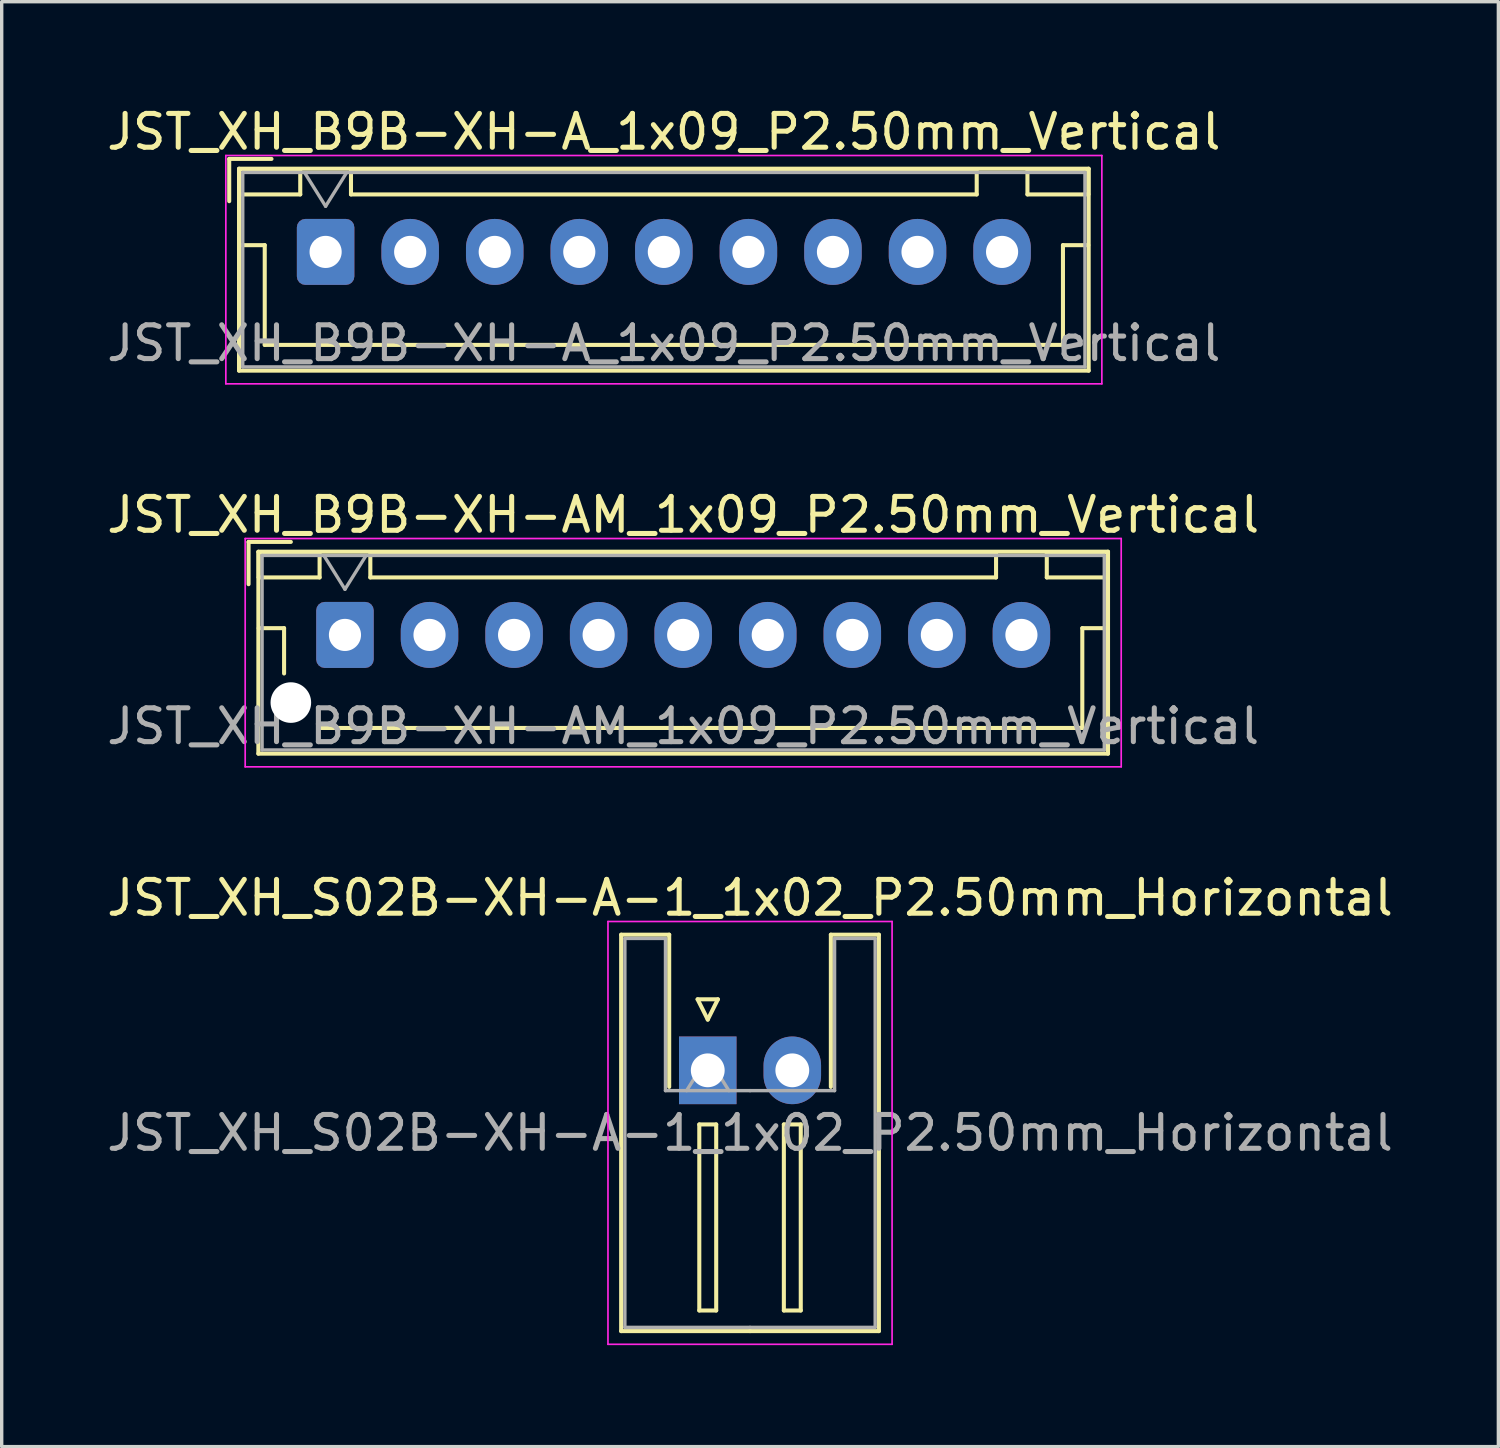
<source format=kicad_pcb>
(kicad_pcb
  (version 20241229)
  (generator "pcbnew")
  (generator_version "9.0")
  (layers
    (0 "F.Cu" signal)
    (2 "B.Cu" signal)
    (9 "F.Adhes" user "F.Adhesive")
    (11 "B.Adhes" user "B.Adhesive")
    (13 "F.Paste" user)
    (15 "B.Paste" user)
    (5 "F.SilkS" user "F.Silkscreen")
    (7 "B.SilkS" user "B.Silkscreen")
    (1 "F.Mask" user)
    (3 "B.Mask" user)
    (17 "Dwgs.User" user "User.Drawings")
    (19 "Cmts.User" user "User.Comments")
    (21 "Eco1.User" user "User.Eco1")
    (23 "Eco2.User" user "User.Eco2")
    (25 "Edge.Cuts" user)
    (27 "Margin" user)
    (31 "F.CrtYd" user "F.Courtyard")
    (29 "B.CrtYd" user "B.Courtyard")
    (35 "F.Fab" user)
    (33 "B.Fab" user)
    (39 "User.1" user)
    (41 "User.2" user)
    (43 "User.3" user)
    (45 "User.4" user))
  (footprint "JST_XH_S02B-XH-A-1_1x02_P2.50mm_Horizontal"
    (layer "F.Cu")
    (at 17.875 28.595)
    (property "Reference" "JST_XH_S02B-XH-A-1_1x02_P2.50mm_Horizontal" (at 1.25 -5.1 0) (layer "F.SilkS") (effects (font (size 1 1) (thickness 0.15))))
    (attr through_hole)
    (fp_line (start -2.56 -4.01) (end -1.14 -4.01) (stroke (width 0.12) (type solid)) (layer "F.SilkS"))
    (fp_line (start -2.56 7.71) (end -2.56 -4.01) (stroke (width 0.12) (type solid)) (layer "F.SilkS"))
    (fp_line (start -1.14 -4.01) (end -1.14 0.49) (stroke (width 0.12) (type solid)) (layer "F.SilkS"))
    (fp_line (start -0.3 -2.1) (end 0.3 -2.1) (stroke (width 0.12) (type solid)) (layer "F.SilkS"))
    (fp_line (start -0.25 1.6) (end -0.25 7.1) (stroke (width 0.12) (type solid)) (layer "F.SilkS"))
    (fp_line (start -0.25 7.1) (end 0.25 7.1) (stroke (width 0.12) (type solid)) (layer "F.SilkS"))
    (fp_line (start 0 -1.5) (end -0.3 -2.1) (stroke (width 0.12) (type solid)) (layer "F.SilkS"))
    (fp_line (start 0.25 1.6) (end -0.25 1.6) (stroke (width 0.12) (type solid)) (layer "F.SilkS"))
    (fp_line (start 0.25 7.1) (end 0.25 1.6) (stroke (width 0.12) (type solid)) (layer "F.SilkS"))
    (fp_line (start 0.3 -2.1) (end 0 -1.5) (stroke (width 0.12) (type solid)) (layer "F.SilkS"))
    (fp_line (start 1.25 7.71) (end -2.56 7.71) (stroke (width 0.12) (type solid)) (layer "F.SilkS"))
    (fp_line (start 1.25 7.71) (end 5.06 7.71) (stroke (width 0.12) (type solid)) (layer "F.SilkS"))
    (fp_line (start 2.25 1.6) (end 2.25 7.1) (stroke (width 0.12) (type solid)) (layer "F.SilkS"))
    (fp_line (start 2.25 7.1) (end 2.75 7.1) (stroke (width 0.12) (type solid)) (layer "F.SilkS"))
    (fp_line (start 2.75 1.6) (end 2.25 1.6) (stroke (width 0.12) (type solid)) (layer "F.SilkS"))
    (fp_line (start 2.75 7.1) (end 2.75 1.6) (stroke (width 0.12) (type solid)) (layer "F.SilkS"))
    (fp_line (start 3.64 -4.01) (end 3.64 0.49) (stroke (width 0.12) (type solid)) (layer "F.SilkS"))
    (fp_line (start 5.06 -4.01) (end 3.64 -4.01) (stroke (width 0.12) (type solid)) (layer "F.SilkS"))
    (fp_line (start 5.06 7.71) (end 5.06 -4.01) (stroke (width 0.12) (type solid)) (layer "F.SilkS"))
    (fp_line (start -2.95 -4.4) (end -2.95 8.1) (stroke (width 0.05) (type solid)) (layer "F.CrtYd"))
    (fp_line (start -2.95 8.1) (end 5.45 8.1) (stroke (width 0.05) (type solid)) (layer "F.CrtYd"))
    (fp_line (start 5.45 -4.4) (end -2.95 -4.4) (stroke (width 0.05) (type solid)) (layer "F.CrtYd"))
    (fp_line (start 5.45 8.1) (end 5.45 -4.4) (stroke (width 0.05) (type solid)) (layer "F.CrtYd"))
    (fp_line (start -2.45 -3.9) (end -1.25 -3.9) (stroke (width 0.1) (type solid)) (layer "F.Fab"))
    (fp_line (start -2.45 7.6) (end -2.45 -3.9) (stroke (width 0.1) (type solid)) (layer "F.Fab"))
    (fp_line (start -1.25 -3.9) (end -1.25 0.6) (stroke (width 0.1) (type solid)) (layer "F.Fab"))
    (fp_line (start -1.25 0.6) (end 1.25 0.6) (stroke (width 0.1) (type solid)) (layer "F.Fab"))
    (fp_line (start -0.625 0.6) (end 0 -0.4) (stroke (width 0.1) (type solid)) (layer "F.Fab"))
    (fp_line (start 0 -0.4) (end 0.625 0.6) (stroke (width 0.1) (type solid)) (layer "F.Fab"))
    (fp_line (start 1.25 7.6) (end -2.45 7.6) (stroke (width 0.1) (type solid)) (layer "F.Fab"))
    (fp_line (start 1.25 7.6) (end 4.95 7.6) (stroke (width 0.1) (type solid)) (layer "F.Fab"))
    (fp_line (start 3.75 -3.9) (end 3.75 0.6) (stroke (width 0.1) (type solid)) (layer "F.Fab"))
    (fp_line (start 3.75 0.6) (end 1.25 0.6) (stroke (width 0.1) (type solid)) (layer "F.Fab"))
    (fp_line (start 4.95 -3.9) (end 3.75 -3.9) (stroke (width 0.1) (type solid)) (layer "F.Fab"))
    (fp_line (start 4.95 7.6) (end 4.95 -3.9) (stroke (width 0.1) (type solid)) (layer "F.Fab"))
    (fp_text user "${REFERENCE}" (at 1.25 1.85 0) (layer "F.Fab") (effects (font (size 1 1) (thickness 0.15))))
    (pad "1" thru_hole rect (at 0 0) (size 1.7 2) (drill 1) (layers "*.Cu" "*.Mask"))
    (pad "2" thru_hole oval (at 2.5 0) (size 1.7 2) (drill 1) (layers "*.Cu" "*.Mask")))
  (footprint "JST_XH_B9B-XH-AM_1x09_P2.50mm_Vertical"
    (layer "F.Cu")
    (at 7.149 15.722)
    (property "Reference" "JST_XH_B9B-XH-AM_1x09_P2.50mm_Vertical" (at 10 -3.55 0) (layer "F.SilkS") (effects (font (size 1 1) (thickness 0.15))))
    (attr through_hole)
    (fp_line (start -2.85 -2.75) (end -2.85 -1.5) (stroke (width 0.12) (type solid)) (layer "F.SilkS"))
    (fp_line (start -2.56 -2.46) (end -2.56 3.51) (stroke (width 0.12) (type solid)) (layer "F.SilkS"))
    (fp_line (start -2.56 3.51) (end 22.56 3.51) (stroke (width 0.12) (type solid)) (layer "F.SilkS"))
    (fp_line (start -2.55 -2.45) (end -2.55 -1.7) (stroke (width 0.12) (type solid)) (layer "F.SilkS"))
    (fp_line (start -2.55 -1.7) (end -0.75 -1.7) (stroke (width 0.12) (type solid)) (layer "F.SilkS"))
    (fp_line (start -2.55 -0.2) (end -1.8 -0.2) (stroke (width 0.12) (type solid)) (layer "F.SilkS"))
    (fp_line (start -1.8 -0.2) (end -1.8 1.14) (stroke (width 0.12) (type solid)) (layer "F.SilkS"))
    (fp_line (start -1.6 -2.75) (end -2.85 -2.75) (stroke (width 0.12) (type solid)) (layer "F.SilkS"))
    (fp_line (start -0.75 -2.45) (end -2.55 -2.45) (stroke (width 0.12) (type solid)) (layer "F.SilkS"))
    (fp_line (start -0.75 -1.7) (end -0.75 -2.45) (stroke (width 0.12) (type solid)) (layer "F.SilkS"))
    (fp_line (start 0.75 -2.45) (end 0.75 -1.7) (stroke (width 0.12) (type solid)) (layer "F.SilkS"))
    (fp_line (start 0.75 -1.7) (end 19.25 -1.7) (stroke (width 0.12) (type solid)) (layer "F.SilkS"))
    (fp_line (start 10 2.75) (end -0.74 2.75) (stroke (width 0.12) (type solid)) (layer "F.SilkS"))
    (fp_line (start 19.25 -2.45) (end 0.75 -2.45) (stroke (width 0.12) (type solid)) (layer "F.SilkS"))
    (fp_line (start 19.25 -1.7) (end 19.25 -2.45) (stroke (width 0.12) (type solid)) (layer "F.SilkS"))
    (fp_line (start 20.75 -2.45) (end 20.75 -1.7) (stroke (width 0.12) (type solid)) (layer "F.SilkS"))
    (fp_line (start 20.75 -1.7) (end 22.55 -1.7) (stroke (width 0.12) (type solid)) (layer "F.SilkS"))
    (fp_line (start 21.8 -0.2) (end 21.8 2.75) (stroke (width 0.12) (type solid)) (layer "F.SilkS"))
    (fp_line (start 21.8 2.75) (end 10 2.75) (stroke (width 0.12) (type solid)) (layer "F.SilkS"))
    (fp_line (start 22.55 -2.45) (end 20.75 -2.45) (stroke (width 0.12) (type solid)) (layer "F.SilkS"))
    (fp_line (start 22.55 -1.7) (end 22.55 -2.45) (stroke (width 0.12) (type solid)) (layer "F.SilkS"))
    (fp_line (start 22.55 -0.2) (end 21.8 -0.2) (stroke (width 0.12) (type solid)) (layer "F.SilkS"))
    (fp_line (start 22.56 -2.46) (end -2.56 -2.46) (stroke (width 0.12) (type solid)) (layer "F.SilkS"))
    (fp_line (start 22.56 3.51) (end 22.56 -2.46) (stroke (width 0.12) (type solid)) (layer "F.SilkS"))
    (fp_line (start -2.95 -2.85) (end -2.95 3.9) (stroke (width 0.05) (type solid)) (layer "F.CrtYd"))
    (fp_line (start -2.95 3.9) (end 22.95 3.9) (stroke (width 0.05) (type solid)) (layer "F.CrtYd"))
    (fp_line (start 22.95 -2.85) (end -2.95 -2.85) (stroke (width 0.05) (type solid)) (layer "F.CrtYd"))
    (fp_line (start 22.95 3.9) (end 22.95 -2.85) (stroke (width 0.05) (type solid)) (layer "F.CrtYd"))
    (fp_line (start -2.45 -2.35) (end -2.45 3.4) (stroke (width 0.1) (type solid)) (layer "F.Fab"))
    (fp_line (start -2.45 3.4) (end 22.45 3.4) (stroke (width 0.1) (type solid)) (layer "F.Fab"))
    (fp_line (start -0.625 -2.35) (end 0 -1.35) (stroke (width 0.1) (type solid)) (layer "F.Fab"))
    (fp_line (start 0 -1.35) (end 0.625 -2.35) (stroke (width 0.1) (type solid)) (layer "F.Fab"))
    (fp_line (start 22.45 -2.35) (end -2.45 -2.35) (stroke (width 0.1) (type solid)) (layer "F.Fab"))
    (fp_line (start 22.45 3.4) (end 22.45 -2.35) (stroke (width 0.1) (type solid)) (layer "F.Fab"))
    (fp_text user "${REFERENCE}" (at 10 2.7 0) (layer "F.Fab") (effects (font (size 1 1) (thickness 0.15))))
    (pad "" np_thru_hole circle (at -1.6 2) (size 1.2 1.2) (drill 1.2) (layers "*.Cu" "*.Mask"))
    (pad "1" thru_hole roundrect (at 0 0) (size 1.7 1.95) (drill 0.95) (layers "*.Cu" "*.Mask") (roundrect_rratio 0.147))
    (pad "2" thru_hole oval (at 2.5 0) (size 1.7 1.95) (drill 0.95) (layers "*.Cu" "*.Mask"))
    (pad "3" thru_hole oval (at 5 0) (size 1.7 1.95) (drill 0.95) (layers "*.Cu" "*.Mask"))
    (pad "4" thru_hole oval (at 7.5 0) (size 1.7 1.95) (drill 0.95) (layers "*.Cu" "*.Mask"))
    (pad "5" thru_hole oval (at 10 0) (size 1.7 1.95) (drill 0.95) (layers "*.Cu" "*.Mask"))
    (pad "6" thru_hole oval (at 12.5 0) (size 1.7 1.95) (drill 0.95) (layers "*.Cu" "*.Mask"))
    (pad "7" thru_hole oval (at 15 0) (size 1.7 1.95) (drill 0.95) (layers "*.Cu" "*.Mask"))
    (pad "8" thru_hole oval (at 17.5 0) (size 1.7 1.95) (drill 0.95) (layers "*.Cu" "*.Mask"))
    (pad "9" thru_hole oval (at 20 0) (size 1.7 1.95) (drill 0.95) (layers "*.Cu" "*.Mask")))
  (footprint "JST_XH_B9B-XH-A_1x09_P2.50mm_Vertical"
    (layer "F.Cu")
    (at 6.577 4.398)
    (property "Reference" "JST_XH_B9B-XH-A_1x09_P2.50mm_Vertical" (at 10 -3.55 0) (layer "F.SilkS") (effects (font (size 1 1) (thickness 0.15))))
    (attr through_hole)
    (fp_line (start -2.85 -2.75) (end -2.85 -1.5) (stroke (width 0.12) (type solid)) (layer "F.SilkS"))
    (fp_line (start -2.56 -2.46) (end -2.56 3.51) (stroke (width 0.12) (type solid)) (layer "F.SilkS"))
    (fp_line (start -2.56 3.51) (end 22.56 3.51) (stroke (width 0.12) (type solid)) (layer "F.SilkS"))
    (fp_line (start -2.55 -2.45) (end -2.55 -1.7) (stroke (width 0.12) (type solid)) (layer "F.SilkS"))
    (fp_line (start -2.55 -1.7) (end -0.75 -1.7) (stroke (width 0.12) (type solid)) (layer "F.SilkS"))
    (fp_line (start -2.55 -0.2) (end -1.8 -0.2) (stroke (width 0.12) (type solid)) (layer "F.SilkS"))
    (fp_line (start -1.8 -0.2) (end -1.8 2.75) (stroke (width 0.12) (type solid)) (layer "F.SilkS"))
    (fp_line (start -1.8 2.75) (end 10 2.75) (stroke (width 0.12) (type solid)) (layer "F.SilkS"))
    (fp_line (start -1.6 -2.75) (end -2.85 -2.75) (stroke (width 0.12) (type solid)) (layer "F.SilkS"))
    (fp_line (start -0.75 -2.45) (end -2.55 -2.45) (stroke (width 0.12) (type solid)) (layer "F.SilkS"))
    (fp_line (start -0.75 -1.7) (end -0.75 -2.45) (stroke (width 0.12) (type solid)) (layer "F.SilkS"))
    (fp_line (start 0.75 -2.45) (end 0.75 -1.7) (stroke (width 0.12) (type solid)) (layer "F.SilkS"))
    (fp_line (start 0.75 -1.7) (end 19.25 -1.7) (stroke (width 0.12) (type solid)) (layer "F.SilkS"))
    (fp_line (start 19.25 -2.45) (end 0.75 -2.45) (stroke (width 0.12) (type solid)) (layer "F.SilkS"))
    (fp_line (start 19.25 -1.7) (end 19.25 -2.45) (stroke (width 0.12) (type solid)) (layer "F.SilkS"))
    (fp_line (start 20.75 -2.45) (end 20.75 -1.7) (stroke (width 0.12) (type solid)) (layer "F.SilkS"))
    (fp_line (start 20.75 -1.7) (end 22.55 -1.7) (stroke (width 0.12) (type solid)) (layer "F.SilkS"))
    (fp_line (start 21.8 -0.2) (end 21.8 2.75) (stroke (width 0.12) (type solid)) (layer "F.SilkS"))
    (fp_line (start 21.8 2.75) (end 10 2.75) (stroke (width 0.12) (type solid)) (layer "F.SilkS"))
    (fp_line (start 22.55 -2.45) (end 20.75 -2.45) (stroke (width 0.12) (type solid)) (layer "F.SilkS"))
    (fp_line (start 22.55 -1.7) (end 22.55 -2.45) (stroke (width 0.12) (type solid)) (layer "F.SilkS"))
    (fp_line (start 22.55 -0.2) (end 21.8 -0.2) (stroke (width 0.12) (type solid)) (layer "F.SilkS"))
    (fp_line (start 22.56 -2.46) (end -2.56 -2.46) (stroke (width 0.12) (type solid)) (layer "F.SilkS"))
    (fp_line (start 22.56 3.51) (end 22.56 -2.46) (stroke (width 0.12) (type solid)) (layer "F.SilkS"))
    (fp_line (start -2.95 -2.85) (end -2.95 3.9) (stroke (width 0.05) (type solid)) (layer "F.CrtYd"))
    (fp_line (start -2.95 3.9) (end 22.95 3.9) (stroke (width 0.05) (type solid)) (layer "F.CrtYd"))
    (fp_line (start 22.95 -2.85) (end -2.95 -2.85) (stroke (width 0.05) (type solid)) (layer "F.CrtYd"))
    (fp_line (start 22.95 3.9) (end 22.95 -2.85) (stroke (width 0.05) (type solid)) (layer "F.CrtYd"))
    (fp_line (start -2.45 -2.35) (end -2.45 3.4) (stroke (width 0.1) (type solid)) (layer "F.Fab"))
    (fp_line (start -2.45 3.4) (end 22.45 3.4) (stroke (width 0.1) (type solid)) (layer "F.Fab"))
    (fp_line (start -0.625 -2.35) (end 0 -1.35) (stroke (width 0.1) (type solid)) (layer "F.Fab"))
    (fp_line (start 0 -1.35) (end 0.625 -2.35) (stroke (width 0.1) (type solid)) (layer "F.Fab"))
    (fp_line (start 22.45 -2.35) (end -2.45 -2.35) (stroke (width 0.1) (type solid)) (layer "F.Fab"))
    (fp_line (start 22.45 3.4) (end 22.45 -2.35) (stroke (width 0.1) (type solid)) (layer "F.Fab"))
    (fp_text user "${REFERENCE}" (at 10 2.7 0) (layer "F.Fab") (effects (font (size 1 1) (thickness 0.15))))
    (pad "1" thru_hole roundrect (at 0 0) (size 1.7 1.95) (drill 0.95) (layers "*.Cu" "*.Mask") (roundrect_rratio 0.147))
    (pad "2" thru_hole oval (at 2.5 0) (size 1.7 1.95) (drill 0.95) (layers "*.Cu" "*.Mask"))
    (pad "3" thru_hole oval (at 5 0) (size 1.7 1.95) (drill 0.95) (layers "*.Cu" "*.Mask"))
    (pad "4" thru_hole oval (at 7.5 0) (size 1.7 1.95) (drill 0.95) (layers "*.Cu" "*.Mask"))
    (pad "5" thru_hole oval (at 10 0) (size 1.7 1.95) (drill 0.95) (layers "*.Cu" "*.Mask"))
    (pad "6" thru_hole oval (at 12.5 0) (size 1.7 1.95) (drill 0.95) (layers "*.Cu" "*.Mask"))
    (pad "7" thru_hole oval (at 15 0) (size 1.7 1.95) (drill 0.95) (layers "*.Cu" "*.Mask"))
    (pad "8" thru_hole oval (at 17.5 0) (size 1.7 1.95) (drill 0.95) (layers "*.Cu" "*.Mask"))
    (pad "9" thru_hole oval (at 20 0) (size 1.7 1.95) (drill 0.95) (layers "*.Cu" "*.Mask")))
  (gr_rect
    (start -3 -3)
    (end 41.25 39.72)
    (stroke (width 0.1) (type default))
    (fill no)
    (layer "Edge.Cuts")))
</source>
